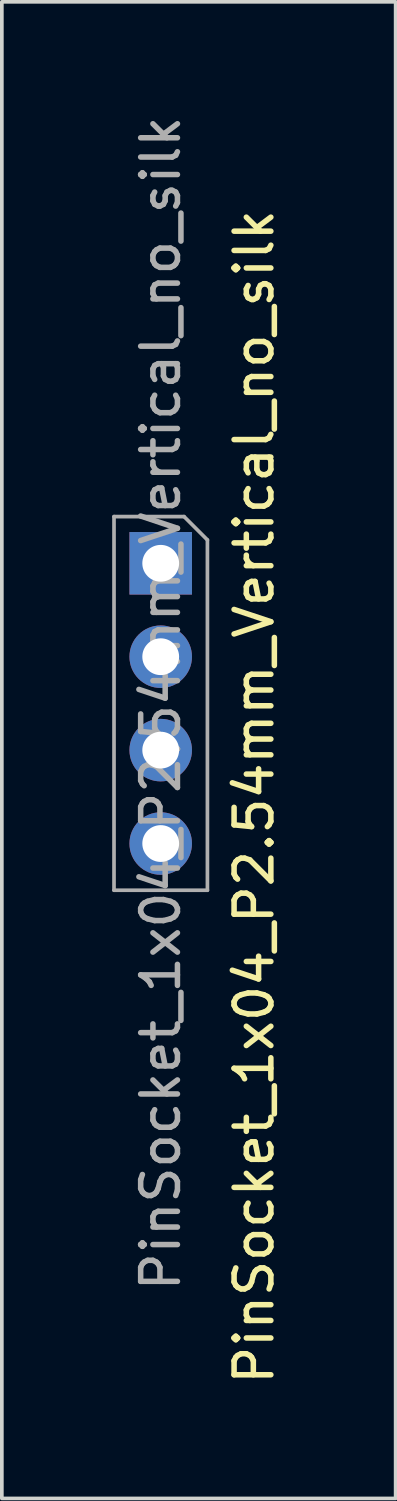
<source format=kicad_pcb>
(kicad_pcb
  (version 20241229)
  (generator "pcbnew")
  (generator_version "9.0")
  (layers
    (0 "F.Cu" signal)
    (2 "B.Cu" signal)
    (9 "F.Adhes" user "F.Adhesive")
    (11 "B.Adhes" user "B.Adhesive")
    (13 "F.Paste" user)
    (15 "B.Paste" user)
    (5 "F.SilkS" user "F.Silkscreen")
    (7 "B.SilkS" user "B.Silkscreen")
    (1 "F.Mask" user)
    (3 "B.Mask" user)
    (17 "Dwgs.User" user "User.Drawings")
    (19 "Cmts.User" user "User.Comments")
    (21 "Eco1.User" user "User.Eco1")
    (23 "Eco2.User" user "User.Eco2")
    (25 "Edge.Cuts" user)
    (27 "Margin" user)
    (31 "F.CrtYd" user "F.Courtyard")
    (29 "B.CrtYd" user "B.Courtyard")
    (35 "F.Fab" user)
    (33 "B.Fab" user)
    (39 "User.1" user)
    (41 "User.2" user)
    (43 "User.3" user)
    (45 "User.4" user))
  (footprint "PinSocket_1x04_P2.54mm_Vertical_no_silk"
    (layer "F.Cu")
    (at 1.32 12.267)
    (property "Reference" "PinSocket_1x04_P2.54mm_Vertical_no_silk" (at 2.54 6.35 270) (layer "F.SilkS") (effects (font (size 1 1) (thickness 0.15))))
    (attr through_hole)
    (fp_line (start -1.27 -1.27) (end 0.635 -1.27) (stroke (width 0.1) (type solid)) (layer "F.Fab"))
    (fp_line (start -1.27 8.89) (end -1.27 -1.27) (stroke (width 0.1) (type solid)) (layer "F.Fab"))
    (fp_line (start 0.635 -1.27) (end 1.27 -0.635) (stroke (width 0.1) (type solid)) (layer "F.Fab"))
    (fp_line (start 1.27 -0.635) (end 1.27 8.89) (stroke (width 0.1) (type solid)) (layer "F.Fab"))
    (fp_line (start 1.27 8.89) (end -1.27 8.89) (stroke (width 0.1) (type solid)) (layer "F.Fab"))
    (fp_text user "${REFERENCE}" (at 0 3.81 90) (layer "F.Fab") (effects (font (size 1 1) (thickness 0.15))))
    (pad "1" thru_hole rect (at 0 0) (size 1.7 1.7) (drill 1) (layers "*.Cu" "*.Mask"))
    (pad "2" thru_hole oval (at 0 2.54) (size 1.7 1.7) (drill 1) (layers "*.Cu" "*.Mask"))
    (pad "3" thru_hole oval (at 0 5.08) (size 1.7 1.7) (drill 1) (layers "*.Cu" "*.Mask"))
    (pad "4" thru_hole oval (at 0 7.62) (size 1.7 1.7) (drill 1) (layers "*.Cu" "*.Mask")))
  (gr_rect
    (start -3 -3)
    (end 7.708 37.695)
    (stroke (width 0.1) (type default))
    (fill no)
    (layer "Edge.Cuts")))
</source>
